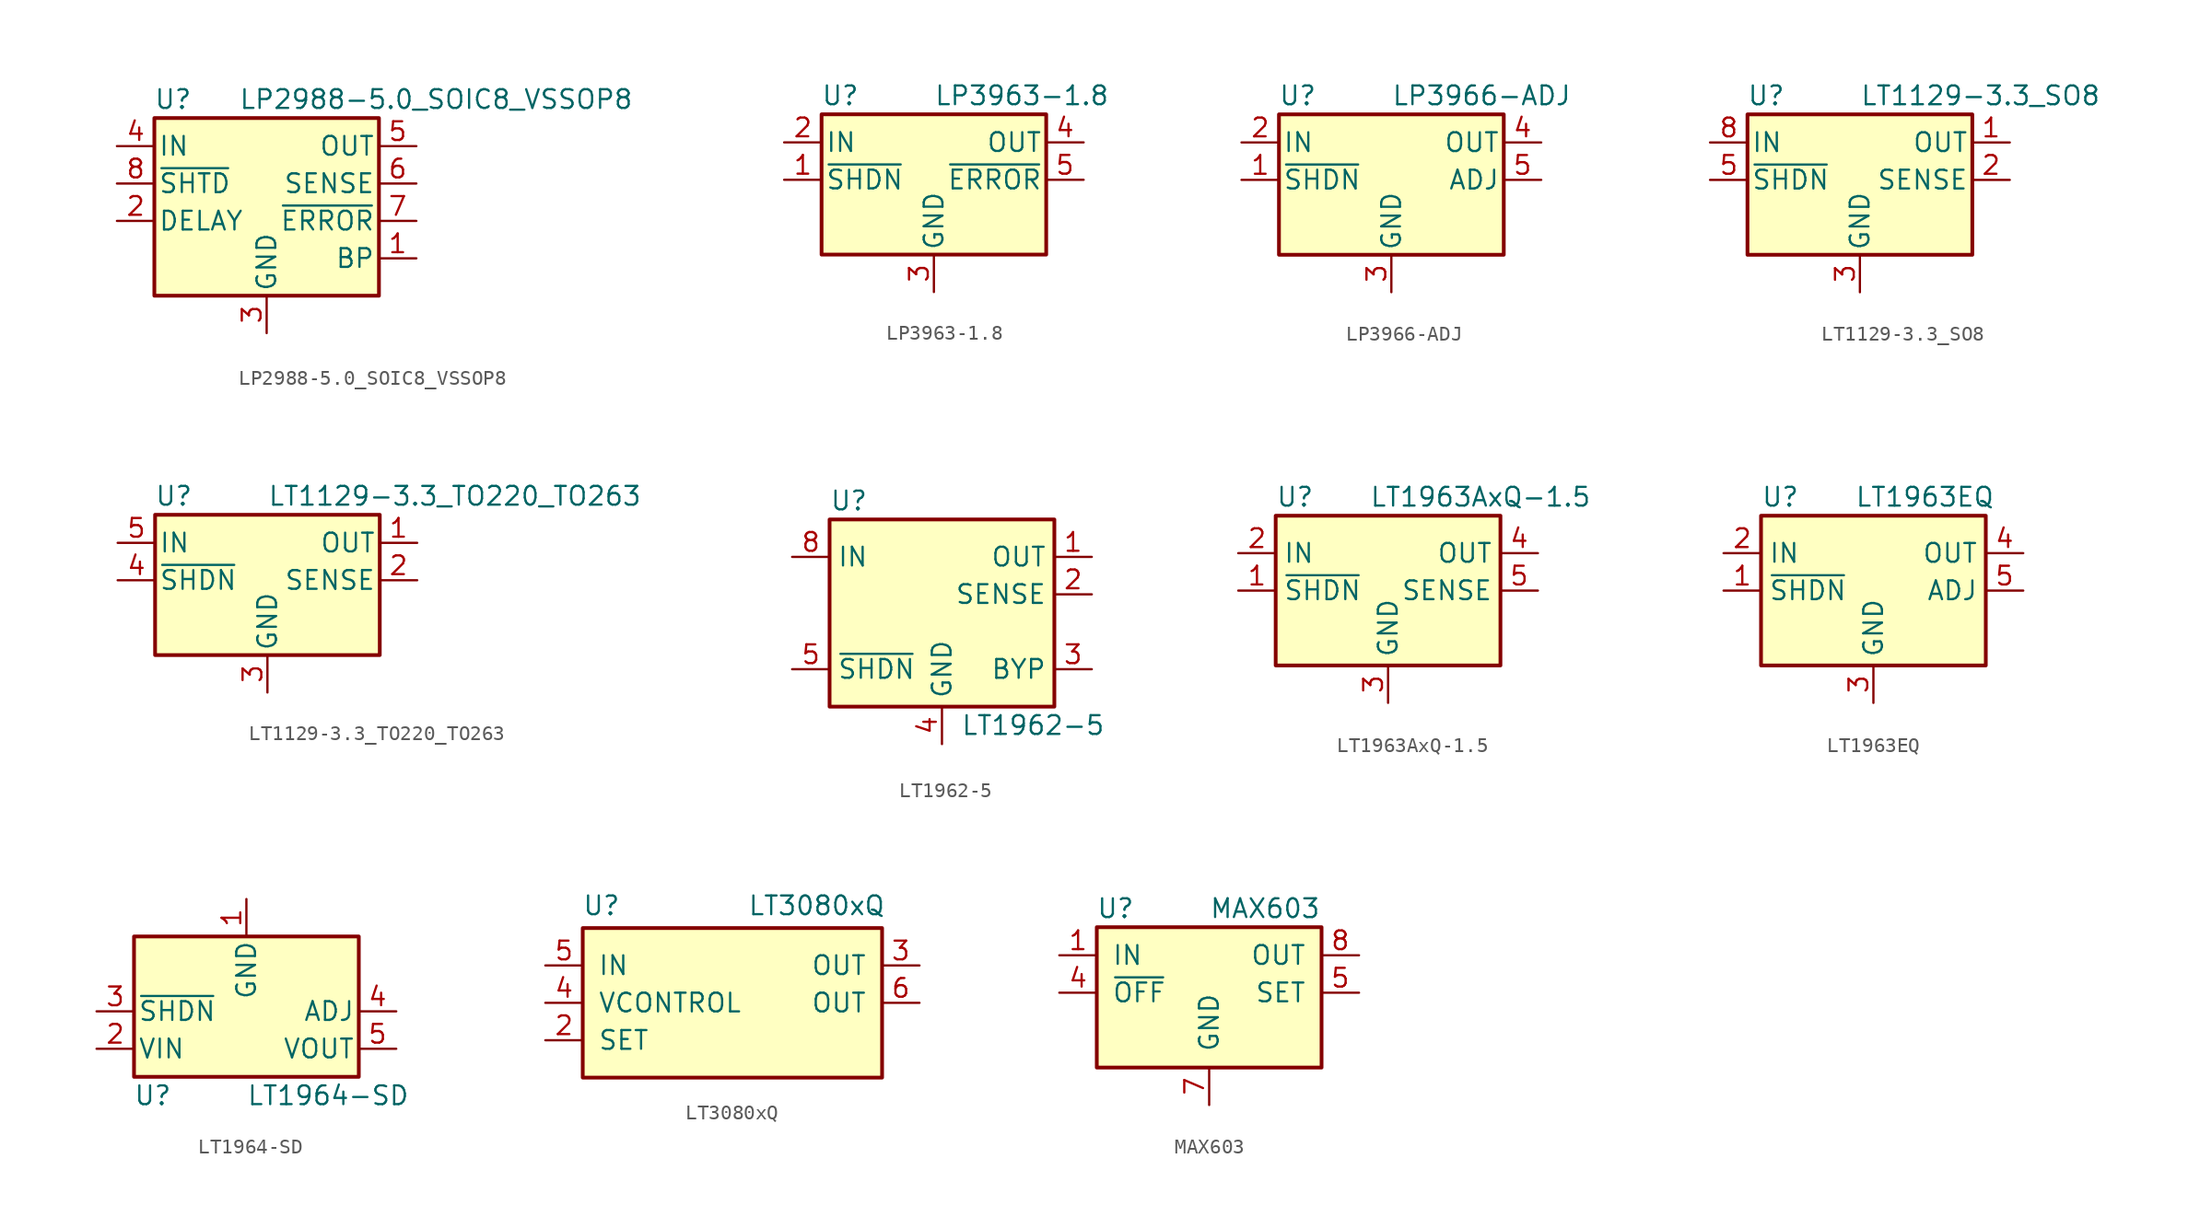
<source format=kicad_sym>
(kicad_symbol_lib
  (version 20201005)
  (generator kicad_symbol_editor)
  (symbol "LP2988-5.0_SOIC8_VSSOP8"
    (pin_names
      (offset 0.254))
    (property "Reference" "U"
      (at -6.35 5.715 0)
      (effects (font (size 1.27 1.27))))
    (property "Value" "LP2988-5.0_SOIC8_VSSOP8"
      (at -1.905 5.715 0)
      (effects (font (size 1.27 1.27)) (justify left)))
    (symbol "LP2988-5.0_SOIC8_VSSOP8_0_1"
      (rectangle (start -7.62 4.445) (end 7.62 -7.62) (stroke (width 0.254)) (fill (type background))))
    (symbol "LP2988-5.0_SOIC8_VSSOP8_1_1"
      (pin passive line (at 10.16 -5.08 180) (length 2.54) (name "BP" (effects (font (size 1.27 1.27)))) (number "1" (effects (font (size 1.27 1.27)))))
      (pin passive line (at -10.16 -2.54 0) (length 2.54) (name "DELAY" (effects (font (size 1.27 1.27)))) (number "2" (effects (font (size 1.27 1.27)))))
      (pin power_in line (at 0 -10.16 90) (length 2.54) (name "GND" (effects (font (size 1.27 1.27)))) (number "3" (effects (font (size 1.27 1.27)))))
      (pin power_in line (at -10.16 2.54 0) (length 2.54) (name "IN" (effects (font (size 1.27 1.27)))) (number "4" (effects (font (size 1.27 1.27)))))
      (pin power_out line (at 10.16 2.54 180) (length 2.54) (name "OUT" (effects (font (size 1.27 1.27)))) (number "5" (effects (font (size 1.27 1.27)))))
      (pin input line (at 10.16 0 180) (length 2.54) (name "SENSE" (effects (font (size 1.27 1.27)))) (number "6" (effects (font (size 1.27 1.27)))))
      (pin output line (at 10.16 -2.54 180) (length 2.54) (name "~ERROR" (effects (font (size 1.27 1.27)))) (number "7" (effects (font (size 1.27 1.27)))))
      (pin input line (at -10.16 0 0) (length 2.54) (name "~SHTD" (effects (font (size 1.27 1.27)))) (number "8" (effects (font (size 1.27 1.27)))))))
  (symbol "LP3963-1.8"
    (pin_names
      (offset 0.254))
    (property "Reference" "U"
      (at -6.35 5.715 0)
      (effects (font (size 1.27 1.27))))
    (property "Value" "LP3963-1.8"
      (at 0 5.715 0)
      (effects (font (size 1.27 1.27)) (justify left)))
    (symbol "LP3963-1.8_0_1"
      (rectangle (start -7.62 -5.08) (end 7.62 4.445) (stroke (width 0.254)) (fill (type background))))
    (symbol "LP3963-1.8_1_1"
      (pin input line (at -10.16 0 0) (length 2.54) (name "~SHDN" (effects (font (size 1.27 1.27)))) (number "1" (effects (font (size 1.27 1.27)))))
      (pin power_in line (at -10.16 2.54 0) (length 2.54) (name "IN" (effects (font (size 1.27 1.27)))) (number "2" (effects (font (size 1.27 1.27)))))
      (pin power_in line (at 0 -7.62 90) (length 2.54) (name "GND" (effects (font (size 1.27 1.27)))) (number "3" (effects (font (size 1.27 1.27)))))
      (pin power_out line (at 10.16 2.54 180) (length 2.54) (name "OUT" (effects (font (size 1.27 1.27)))) (number "4" (effects (font (size 1.27 1.27)))))
      (pin output line (at 10.16 0 180) (length 2.54) (name "~ERROR" (effects (font (size 1.27 1.27)))) (number "5" (effects (font (size 1.27 1.27)))))))
  (symbol "LP3966-ADJ"
    (pin_names
      (offset 0.254))
    (property "Reference" "U"
      (at -6.35 5.715 0)
      (effects (font (size 1.27 1.27))))
    (property "Value" "LP3966-ADJ"
      (at 0 5.715 0)
      (effects (font (size 1.27 1.27)) (justify left)))
    (symbol "LP3966-ADJ_0_1"
      (rectangle (start -7.62 -5.08) (end 7.62 4.445) (stroke (width 0.254)) (fill (type background))))
    (symbol "LP3966-ADJ_1_1"
      (pin input line (at -10.16 0 0) (length 2.54) (name "~SHDN" (effects (font (size 1.27 1.27)))) (number "1" (effects (font (size 1.27 1.27)))))
      (pin power_in line (at -10.16 2.54 0) (length 2.54) (name "IN" (effects (font (size 1.27 1.27)))) (number "2" (effects (font (size 1.27 1.27)))))
      (pin power_in line (at 0 -7.62 90) (length 2.54) (name "GND" (effects (font (size 1.27 1.27)))) (number "3" (effects (font (size 1.27 1.27)))))
      (pin power_out line (at 10.16 2.54 180) (length 2.54) (name "OUT" (effects (font (size 1.27 1.27)))) (number "4" (effects (font (size 1.27 1.27)))))
      (pin input line (at 10.16 0 180) (length 2.54) (name "ADJ" (effects (font (size 1.27 1.27)))) (number "5" (effects (font (size 1.27 1.27)))))))
  (symbol "LT1129-3.3_SO8"
    (pin_names
      (offset 0.254))
    (property "Reference" "U"
      (at -6.35 5.715 0)
      (effects (font (size 1.27 1.27))))
    (property "Value" "LT1129-3.3_SO8"
      (at 0 5.715 0)
      (effects (font (size 1.27 1.27)) (justify left)))
    (symbol "LT1129-3.3_SO8_0_1"
      (rectangle (start -7.62 -5.08) (end 7.62 4.445) (stroke (width 0.254)) (fill (type background))))
    (symbol "LT1129-3.3_SO8_1_1"
      (pin power_out line (at 10.16 2.54 180) (length 2.54) (name "OUT" (effects (font (size 1.27 1.27)))) (number "1" (effects (font (size 1.27 1.27)))))
      (pin input line (at 10.16 0 180) (length 2.54) (name "SENSE" (effects (font (size 1.27 1.27)))) (number "2" (effects (font (size 1.27 1.27)))))
      (pin power_in line (at 0 -7.62 90) (length 2.54) (name "GND" (effects (font (size 1.27 1.27)))) (number "3" (effects (font (size 1.27 1.27)))))
      (pin no_connect line (at 10.16 -2.54 180) (length 2.54) hide (name "NC" (effects (font (size 1.27 1.27)))) (number "4" (effects (font (size 1.27 1.27)))))
      (pin input line (at -10.16 0 0) (length 2.54) (name "~SHDN" (effects (font (size 1.27 1.27)))) (number "5" (effects (font (size 1.27 1.27)))))
      (pin passive line (at 0 -7.62 90) (length 2.54) hide (name "GND" (effects (font (size 1.27 1.27)))) (number "6" (effects (font (size 1.27 1.27)))))
      (pin passive line (at 0 -7.62 90) (length 2.54) hide (name "GND" (effects (font (size 1.27 1.27)))) (number "7" (effects (font (size 1.27 1.27)))))
      (pin power_in line (at -10.16 2.54 0) (length 2.54) (name "IN" (effects (font (size 1.27 1.27)))) (number "8" (effects (font (size 1.27 1.27)))))))
  (symbol "LT1129-3.3_TO220_TO263"
    (pin_names
      (offset 0.254))
    (property "Reference" "U"
      (at -6.35 5.715 0)
      (effects (font (size 1.27 1.27))))
    (property "Value" "LT1129-3.3_TO220_TO263"
      (at 0 5.715 0)
      (effects (font (size 1.27 1.27)) (justify left)))
    (symbol "LT1129-3.3_TO220_TO263_0_1"
      (rectangle (start -7.62 -5.08) (end 7.62 4.445) (stroke (width 0.254)) (fill (type background))))
    (symbol "LT1129-3.3_TO220_TO263_1_1"
      (pin power_out line (at 10.16 2.54 180) (length 2.54) (name "OUT" (effects (font (size 1.27 1.27)))) (number "1" (effects (font (size 1.27 1.27)))))
      (pin input line (at 10.16 0 180) (length 2.54) (name "SENSE" (effects (font (size 1.27 1.27)))) (number "2" (effects (font (size 1.27 1.27)))))
      (pin power_in line (at 0 -7.62 90) (length 2.54) (name "GND" (effects (font (size 1.27 1.27)))) (number "3" (effects (font (size 1.27 1.27)))))
      (pin input line (at -10.16 0 0) (length 2.54) (name "~SHDN" (effects (font (size 1.27 1.27)))) (number "4" (effects (font (size 1.27 1.27)))))
      (pin power_in line (at -10.16 2.54 0) (length 2.54) (name "IN" (effects (font (size 1.27 1.27)))) (number "5" (effects (font (size 1.27 1.27)))))))
  (symbol "LT1962-5"
    (property "Reference" "U"
      (at -7.62 8.89 0)
      (effects (font (size 1.27 1.27)) (justify left)))
    (property "Value" "LT1962-5"
      (at 1.27 -6.35 0)
      (effects (font (size 1.27 1.27)) (justify left)))
    (symbol "LT1962-5_0_1"
      (rectangle (start -7.62 7.62) (end 7.62 -5.08) (stroke (width 0.254)) (fill (type background))))
    (symbol "LT1962-5_1_1"
      (pin power_out line (at 10.16 5.08 180) (length 2.54) (name "OUT" (effects (font (size 1.27 1.27)))) (number "1" (effects (font (size 1.27 1.27)))))
      (pin input line (at 10.16 2.54 180) (length 2.54) (name "SENSE" (effects (font (size 1.27 1.27)))) (number "2" (effects (font (size 1.27 1.27)))))
      (pin passive line (at 10.16 -2.54 180) (length 2.54) (name "BYP" (effects (font (size 1.27 1.27)))) (number "3" (effects (font (size 1.27 1.27)))))
      (pin power_in line (at 0 -7.62 90) (length 2.54) (name "GND" (effects (font (size 1.27 1.27)))) (number "4" (effects (font (size 1.27 1.27)))))
      (pin input line (at -10.16 -2.54 0) (length 2.54) (name "~SHDN" (effects (font (size 1.27 1.27)))) (number "5" (effects (font (size 1.27 1.27)))))
      (pin no_connect line (at 2.54 5.08 90) (length 2.54) hide (name "NC" (effects (font (size 1.27 1.27)))) (number "6" (effects (font (size 1.27 1.27)))))
      (pin no_connect line (at 2.54 2.54 90) (length 2.54) hide (name "NC" (effects (font (size 1.27 1.27)))) (number "7" (effects (font (size 1.27 1.27)))))
      (pin power_in line (at -10.16 5.08 0) (length 2.54) (name "IN" (effects (font (size 1.27 1.27)))) (number "8" (effects (font (size 1.27 1.27)))))))
  (symbol "LT1963AxQ-1.5"
    (property "Reference" "U"
      (at -7.62 6.35 0)
      (effects (font (size 1.27 1.27)) (justify left)))
    (property "Value" "LT1963AxQ-1.5"
      (at -1.27 6.35 0)
      (effects (font (size 1.27 1.27)) (justify left)))
    (symbol "LT1963AxQ-1.5_0_1"
      (rectangle (start -7.62 5.08) (end 7.62 -5.08) (stroke (width 0.254)) (fill (type background))))
    (symbol "LT1963AxQ-1.5_1_1"
      (pin input line (at -10.16 0 0) (length 2.54) (name "~SHDN" (effects (font (size 1.27 1.27)))) (number "1" (effects (font (size 1.27 1.27)))))
      (pin power_in line (at -10.16 2.54 0) (length 2.54) (name "IN" (effects (font (size 1.27 1.27)))) (number "2" (effects (font (size 1.27 1.27)))))
      (pin power_in line (at 0 -7.62 90) (length 2.54) (name "GND" (effects (font (size 1.27 1.27)))) (number "3" (effects (font (size 1.27 1.27)))))
      (pin power_out line (at 10.16 2.54 180) (length 2.54) (name "OUT" (effects (font (size 1.27 1.27)))) (number "4" (effects (font (size 1.27 1.27)))))
      (pin input line (at 10.16 0 180) (length 2.54) (name "SENSE" (effects (font (size 1.27 1.27)))) (number "5" (effects (font (size 1.27 1.27)))))))
  (symbol "LT1963EQ"
    (property "Reference" "U"
      (at -7.62 6.35 0)
      (effects (font (size 1.27 1.27)) (justify left)))
    (property "Value" "LT1963EQ"
      (at -1.27 6.35 0)
      (effects (font (size 1.27 1.27)) (justify left)))
    (symbol "LT1963EQ_0_1"
      (rectangle (start -7.62 5.08) (end 7.62 -5.08) (stroke (width 0.254)) (fill (type background))))
    (symbol "LT1963EQ_1_1"
      (pin input line (at -10.16 0 0) (length 2.54) (name "~SHDN" (effects (font (size 1.27 1.27)))) (number "1" (effects (font (size 1.27 1.27)))))
      (pin power_in line (at -10.16 2.54 0) (length 2.54) (name "IN" (effects (font (size 1.27 1.27)))) (number "2" (effects (font (size 1.27 1.27)))))
      (pin power_in line (at 0 -7.62 90) (length 2.54) (name "GND" (effects (font (size 1.27 1.27)))) (number "3" (effects (font (size 1.27 1.27)))))
      (pin power_out line (at 10.16 2.54 180) (length 2.54) (name "OUT" (effects (font (size 1.27 1.27)))) (number "4" (effects (font (size 1.27 1.27)))))
      (pin input line (at 10.16 0 180) (length 2.54) (name "ADJ" (effects (font (size 1.27 1.27)))) (number "5" (effects (font (size 1.27 1.27)))))))
  (symbol "LT1964-SD"
    (pin_names
      (offset 0.254))
    (property "Reference" "U"
      (at -6.35 -5.715 0)
      (effects (font (size 1.27 1.27))))
    (property "Value" "LT1964-SD"
      (at 0 -5.715 0)
      (effects (font (size 1.27 1.27)) (justify left)))
    (symbol "LT1964-SD_0_1"
      (rectangle (start -7.62 5.08) (end 7.62 -4.445) (stroke (width 0.254)) (fill (type background))))
    (symbol "LT1964-SD_1_1"
      (pin power_in line (at 0 7.62 270) (length 2.54) (name "GND" (effects (font (size 1.27 1.27)))) (number "1" (effects (font (size 1.27 1.27)))))
      (pin power_in line (at -10.16 -2.54 0) (length 2.54) (name "VIN" (effects (font (size 1.27 1.27)))) (number "2" (effects (font (size 1.27 1.27)))))
      (pin input line (at -10.16 0 0) (length 2.54) (name "~SHDN" (effects (font (size 1.27 1.27)))) (number "3" (effects (font (size 1.27 1.27)))))
      (pin input line (at 10.16 0 180) (length 2.54) (name "ADJ" (effects (font (size 1.27 1.27)))) (number "4" (effects (font (size 1.27 1.27)))))
      (pin power_out line (at 10.16 -2.54 180) (length 2.54) (name "VOUT" (effects (font (size 1.27 1.27)))) (number "5" (effects (font (size 1.27 1.27)))))))
  (symbol "LT3080xQ"
    (pin_names
      (offset 1.016))
    (property "Reference" "U"
      (at -8.89 6.604 0)
      (effects (font (size 1.27 1.27))))
    (property "Value" "LT3080xQ"
      (at 10.414 6.604 0)
      (effects (font (size 1.27 1.27)) (justify right)))
    (symbol "LT3080xQ_0_1"
      (rectangle (start -10.16 5.08) (end 10.16 -5.08) (stroke (width 0.254)) (fill (type background))))
    (symbol "LT3080xQ_1_1"
      (pin no_connect line (at 10.16 -2.54 180) (length 2.54) hide (name "NC" (effects (font (size 1.27 1.27)))) (number "1" (effects (font (size 1.27 1.27)))))
      (pin input line (at -12.7 -2.54 0) (length 2.54) (name "SET" (effects (font (size 1.27 1.27)))) (number "2" (effects (font (size 1.27 1.27)))))
      (pin power_out line (at 12.7 2.54 180) (length 2.54) (name "OUT" (effects (font (size 1.27 1.27)))) (number "3" (effects (font (size 1.27 1.27)))))
      (pin input line (at -12.7 0 0) (length 2.54) (name "VCONTROL" (effects (font (size 1.27 1.27)))) (number "4" (effects (font (size 1.27 1.27)))))
      (pin power_in line (at -12.7 2.54 0) (length 2.54) (name "IN" (effects (font (size 1.27 1.27)))) (number "5" (effects (font (size 1.27 1.27)))))
      (pin power_out line (at 12.7 0 180) (length 2.54) (name "OUT" (effects (font (size 1.27 1.27)))) (number "6" (effects (font (size 1.27 1.27)))))))
  (symbol "MAX603"
    (pin_names
      (offset 1.016))
    (property "Reference" "U"
      (at -6.35 5.715 0)
      (effects (font (size 1.27 1.27))))
    (property "Value" "MAX603"
      (at 0 5.715 0)
      (effects (font (size 1.27 1.27)) (justify left)))
    (symbol "MAX603_0_1"
      (rectangle (start -7.62 4.445) (end 7.62 -5.08) (stroke (width 0.254)) (fill (type background))))
    (symbol "MAX603_1_1"
      (pin power_in line (at -10.16 2.54 0) (length 2.54) (name "IN" (effects (font (size 1.27 1.27)))) (number "1" (effects (font (size 1.27 1.27)))))
      (pin passive line (at 0 -7.62 90) (length 2.54) hide (name "GND" (effects (font (size 1.27 1.27)))) (number "2" (effects (font (size 1.27 1.27)))))
      (pin passive line (at 0 -7.62 90) (length 2.54) hide (name "GND" (effects (font (size 1.27 1.27)))) (number "3" (effects (font (size 1.27 1.27)))))
      (pin input line (at -10.16 0 0) (length 2.54) (name "~OFF" (effects (font (size 1.27 1.27)))) (number "4" (effects (font (size 1.27 1.27)))))
      (pin passive line (at 10.16 0 180) (length 2.54) (name "SET" (effects (font (size 1.27 1.27)))) (number "5" (effects (font (size 1.27 1.27)))))
      (pin passive line (at 0 -7.62 90) (length 2.54) hide (name "GND" (effects (font (size 1.27 1.27)))) (number "6" (effects (font (size 1.27 1.27)))))
      (pin power_in line (at 0 -7.62 90) (length 2.54) (name "GND" (effects (font (size 1.27 1.27)))) (number "7" (effects (font (size 1.27 1.27)))))
      (pin power_out line (at 10.16 2.54 180) (length 2.54) (name "OUT" (effects (font (size 1.27 1.27)))) (number "8" (effects (font (size 1.27 1.27))))))))
</source>
